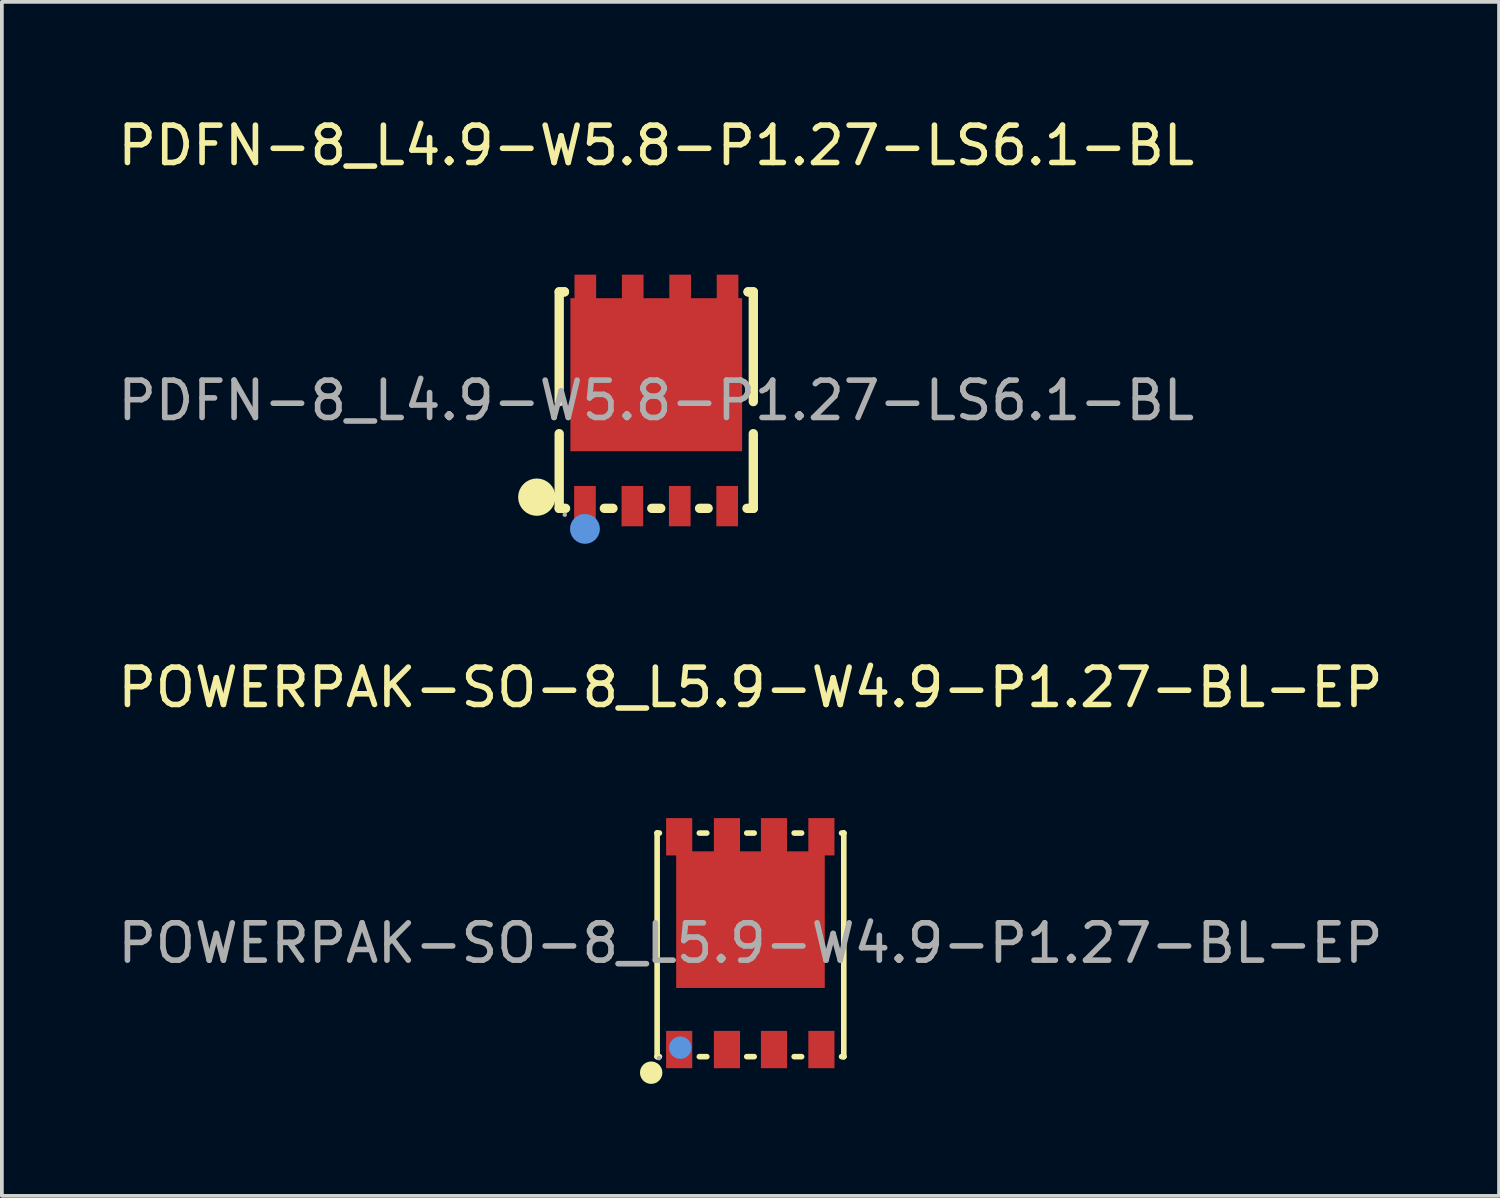
<source format=kicad_pcb>
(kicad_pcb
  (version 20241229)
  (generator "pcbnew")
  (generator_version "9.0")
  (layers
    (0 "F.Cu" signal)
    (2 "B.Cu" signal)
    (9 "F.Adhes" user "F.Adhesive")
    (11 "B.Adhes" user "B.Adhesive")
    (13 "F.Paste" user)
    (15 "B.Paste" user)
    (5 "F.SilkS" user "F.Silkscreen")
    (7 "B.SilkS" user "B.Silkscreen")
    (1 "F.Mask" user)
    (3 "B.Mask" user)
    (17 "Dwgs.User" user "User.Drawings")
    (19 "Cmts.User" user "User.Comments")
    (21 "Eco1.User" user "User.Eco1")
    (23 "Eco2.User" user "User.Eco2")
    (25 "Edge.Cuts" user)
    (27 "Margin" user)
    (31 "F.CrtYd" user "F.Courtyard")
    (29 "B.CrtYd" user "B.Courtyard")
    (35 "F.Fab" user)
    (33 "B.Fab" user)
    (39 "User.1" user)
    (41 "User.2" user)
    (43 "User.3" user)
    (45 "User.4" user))
  (footprint "PDFN-8_L4.9-W5.8-P1.27-LS6.1-BL"
    (layer "F.Cu")
    (at 14.53 7.678)
    (property "Reference" "PDFN-8_L4.9-W5.8-P1.27-LS6.1-BL" (at 0 -6.83 0) (layer "F.SilkS") (effects (font (size 1 1) (thickness 0.15))))
    (attr smd)
    (fp_line (start -2.6 -2.91) (end -2.46 -2.91) (stroke (width 0.25) (type solid)) (layer "F.SilkS"))
    (fp_line (start -2.6 0.03) (end -2.6 -2.91) (stroke (width 0.25) (type solid)) (layer "F.SilkS"))
    (fp_line (start -2.6 2.89) (end -2.6 0.89) (stroke (width 0.25) (type solid)) (layer "F.SilkS"))
    (fp_line (start -2.6 2.89) (end -2.43 2.89) (stroke (width 0.25) (type solid)) (layer "F.SilkS"))
    (fp_line (start -2.5 -2.91) (end -2.46 -2.91) (stroke (width 0.25) (type solid)) (layer "F.SilkS"))
    (fp_line (start -1.39 2.89) (end -1.16 2.89) (stroke (width 0.25) (type solid)) (layer "F.SilkS"))
    (fp_line (start -0.12 2.89) (end 0.12 2.89) (stroke (width 0.25) (type solid)) (layer "F.SilkS"))
    (fp_line (start 1.16 2.89) (end 1.39 2.89) (stroke (width 0.25) (type solid)) (layer "F.SilkS"))
    (fp_line (start 2.43 2.89) (end 2.6 2.89) (stroke (width 0.25) (type solid)) (layer "F.SilkS"))
    (fp_line (start 2.46 -2.91) (end 2.5 -2.91) (stroke (width 0.25) (type solid)) (layer "F.SilkS"))
    (fp_line (start 2.46 -2.91) (end 2.6 -2.91) (stroke (width 0.25) (type solid)) (layer "F.SilkS"))
    (fp_line (start 2.6 -2.91) (end 2.6 0.03) (stroke (width 0.25) (type solid)) (layer "F.SilkS"))
    (fp_line (start 2.6 0.89) (end 2.6 2.89) (stroke (width 0.25) (type solid)) (layer "F.SilkS"))
    (fp_arc (start -3.2 2.59) (mid -3.2 2.59) (end -3.2 2.59) (stroke (width 0.5) (type solid)) (layer "F.SilkS"))
    (fp_circle (center -1.91 3.44) (end -1.71 3.44) (stroke (width 0.4) (type solid)) (fill no) (layer "Cmts.User"))
    (fp_circle (center -2.45 3.06) (end -2.42 3.06) (stroke (width 0.06) (type solid)) (fill no) (layer "F.Fab"))
    (fp_text user "${REFERENCE}" (at 0 0 0) (layer "F.Fab") (effects (font (size 1 1) (thickness 0.15))))
    (pad "1" smd rect (at -1.91 2.83 180) (size 0.58 1.08) (layers "F.Cu" "F.Mask" "F.Paste"))
    (pad "2" smd rect (at -0.64 2.83 180) (size 0.58 1.08) (layers "F.Cu" "F.Mask" "F.Paste"))
    (pad "3" smd rect (at 0.63 2.83 180) (size 0.58 1.08) (layers "F.Cu" "F.Mask" "F.Paste"))
    (pad "4" smd rect (at 1.9 2.83 180) (size 0.58 1.08) (layers "F.Cu" "F.Mask" "F.Paste"))
    (pad "5" smd rect (at 1.91 -2.83) (size 0.58 1.08) (layers "F.Cu" "F.Mask" "F.Paste"))
    (pad "6" smd rect (at 0.64 -2.83) (size 0.58 1.08) (layers "F.Cu" "F.Mask" "F.Paste"))
    (pad "7" smd rect (at -0.63 -2.83) (size 0.58 1.08) (layers "F.Cu" "F.Mask" "F.Paste"))
    (pad "8" smd rect (at -1.9 -2.83) (size 0.58 1.08) (layers "F.Cu" "F.Mask" "F.Paste"))
    (pad "9" smd rect (at 0 -0.69) (size 4.6 4.1) (layers "F.Cu" "F.Mask" "F.Paste")))
  (footprint "POWERPAK-SO-8_L5.9-W4.9-P1.27-BL-EP"
    (layer "F.Cu")
    (at 17.054 22.216)
    (property "Reference" "POWERPAK-SO-8_L5.9-W4.9-P1.27-BL-EP" (at 0 -6.85 0) (layer "F.SilkS") (effects (font (size 1 1) (thickness 0.15))))
    (attr smd)
    (fp_line (start -2.5 -2.95) (end -2.49 -2.95) (stroke (width 0.15) (type solid)) (layer "F.SilkS"))
    (fp_line (start -2.5 -2.95) (end -2.44 -2.95) (stroke (width 0.15) (type solid)) (layer "F.SilkS"))
    (fp_line (start -2.5 3.04) (end -2.5 -2.95) (stroke (width 0.15) (type solid)) (layer "F.SilkS"))
    (fp_line (start -2.5 3.04) (end -2.44 3.04) (stroke (width 0.15) (type solid)) (layer "F.SilkS"))
    (fp_line (start -2.49 3.04) (end -2.5 3.04) (stroke (width 0.15) (type solid)) (layer "F.SilkS"))
    (fp_line (start -1.37 -2.95) (end -1.17 -2.95) (stroke (width 0.15) (type solid)) (layer "F.SilkS"))
    (fp_line (start -1.37 3.04) (end -1.17 3.04) (stroke (width 0.15) (type solid)) (layer "F.SilkS"))
    (fp_line (start -0.1 -2.95) (end 0.1 -2.95) (stroke (width 0.15) (type solid)) (layer "F.SilkS"))
    (fp_line (start -0.1 3.04) (end 0.1 3.04) (stroke (width 0.15) (type solid)) (layer "F.SilkS"))
    (fp_line (start 1.17 -2.95) (end 1.37 -2.95) (stroke (width 0.15) (type solid)) (layer "F.SilkS"))
    (fp_line (start 1.17 3.04) (end 1.37 3.04) (stroke (width 0.15) (type solid)) (layer "F.SilkS"))
    (fp_line (start 2.44 -2.95) (end 2.5 -2.95) (stroke (width 0.15) (type solid)) (layer "F.SilkS"))
    (fp_line (start 2.44 3.04) (end 2.5 3.04) (stroke (width 0.15) (type solid)) (layer "F.SilkS"))
    (fp_line (start 2.49 -2.95) (end 2.5 -2.95) (stroke (width 0.15) (type solid)) (layer "F.SilkS"))
    (fp_line (start 2.5 -2.95) (end 2.5 3.04) (stroke (width 0.15) (type solid)) (layer "F.SilkS"))
    (fp_line (start 2.5 3.04) (end 2.49 3.04) (stroke (width 0.15) (type solid)) (layer "F.SilkS"))
    (fp_circle (center -2.66 3.47) (end -2.51 3.47) (stroke (width 0.3) (type solid)) (fill no) (layer "F.SilkS"))
    (fp_circle (center -1.88 2.8) (end -1.73 2.8) (stroke (width 0.3) (type solid)) (fill no) (layer "Cmts.User"))
    (fp_circle (center -2.45 3.08) (end -2.42 3.08) (stroke (width 0.06) (type solid)) (fill no) (layer "F.Fab"))
    (fp_text user "${REFERENCE}" (at 0 0 0) (layer "F.Fab") (effects (font (size 1 1) (thickness 0.15))))
    (pad "1" smd rect (at -1.91 2.85) (size 0.7 1) (layers "F.Cu" "F.Mask" "F.Paste"))
    (pad "2" smd rect (at -0.63 2.85) (size 0.7 1) (layers "F.Cu" "F.Mask" "F.Paste"))
    (pad "3" smd rect (at 0.63 2.85) (size 0.7 1) (layers "F.Cu" "F.Mask" "F.Paste"))
    (pad "4" smd rect (at 1.9 2.85) (size 0.7 1) (layers "F.Cu" "F.Mask" "F.Paste"))
    (pad "5" smd rect (at 1.9 -2.85) (size 0.7 1) (layers "F.Cu" "F.Mask" "F.Paste"))
    (pad "6" smd rect (at 0.63 -2.85) (size 0.7 1) (layers "F.Cu" "F.Mask" "F.Paste"))
    (pad "7" smd rect (at -0.63 -2.85) (size 0.7 1) (layers "F.Cu" "F.Mask" "F.Paste"))
    (pad "8" smd rect (at -1.91 -2.85) (size 0.7 1) (layers "F.Cu" "F.Mask" "F.Paste"))
    (pad "9" smd rect (at 0 -0.63) (size 3.98 3.66) (layers "F.Cu" "F.Mask" "F.Paste")))
  (gr_rect
    (start -3 -3)
    (end 37.107 28.986)
    (stroke (width 0.1) (type default))
    (fill no)
    (layer "Edge.Cuts")))
</source>
